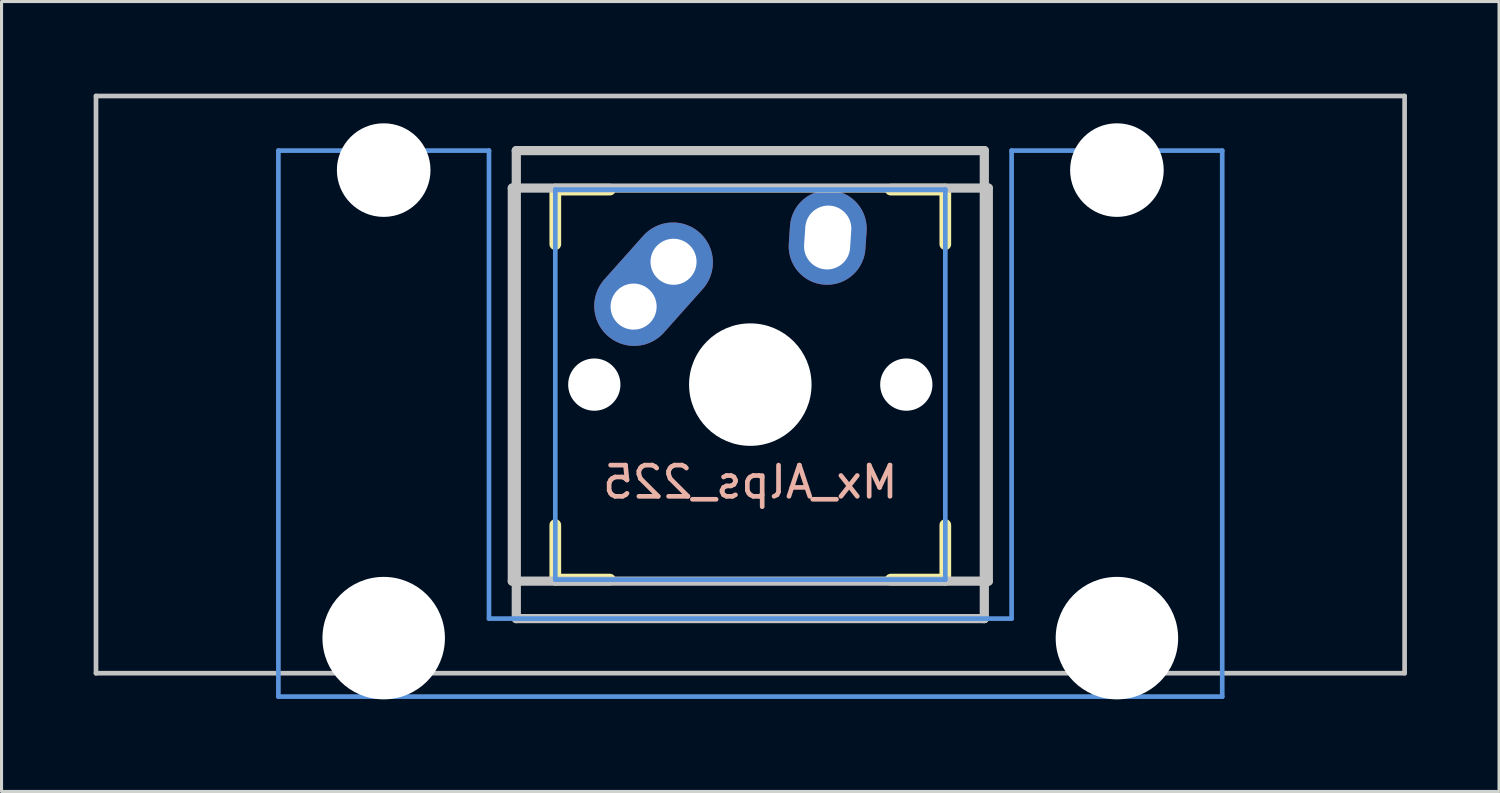
<source format=kicad_pcb>
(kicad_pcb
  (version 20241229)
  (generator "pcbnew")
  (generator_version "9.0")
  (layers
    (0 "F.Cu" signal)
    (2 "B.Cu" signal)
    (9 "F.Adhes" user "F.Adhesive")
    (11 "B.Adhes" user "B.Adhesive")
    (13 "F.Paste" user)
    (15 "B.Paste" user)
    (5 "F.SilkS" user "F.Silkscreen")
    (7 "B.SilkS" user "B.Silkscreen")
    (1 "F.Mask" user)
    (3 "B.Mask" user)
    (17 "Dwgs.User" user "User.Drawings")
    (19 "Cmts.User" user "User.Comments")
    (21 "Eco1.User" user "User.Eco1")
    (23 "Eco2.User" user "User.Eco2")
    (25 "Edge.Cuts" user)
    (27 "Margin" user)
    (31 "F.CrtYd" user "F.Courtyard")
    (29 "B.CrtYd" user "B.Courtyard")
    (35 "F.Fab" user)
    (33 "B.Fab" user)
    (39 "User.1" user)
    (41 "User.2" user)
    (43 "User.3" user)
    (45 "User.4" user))
  (footprint "Mx_Alps_225"
    (layer "F.Cu")
    (at 21.382 9.474)
    (property "Reference" "Mx_Alps_225" (at 0 3.175 0) (layer "B.SilkS") (effects (font (size 1.016 1.016) (thickness 0.152)) (justify mirror)))
    (attr through_hole)
    (fp_line (start -6.35 -6.35) (end -4.572 -6.35) (stroke (width 0.381) (type solid)) (layer "F.SilkS"))
    (fp_line (start -6.35 -4.572) (end -6.35 -6.35) (stroke (width 0.381) (type solid)) (layer "F.SilkS"))
    (fp_line (start -6.35 6.35) (end -6.35 4.572) (stroke (width 0.381) (type solid)) (layer "F.SilkS"))
    (fp_line (start -4.572 6.35) (end -6.35 6.35) (stroke (width 0.381) (type solid)) (layer "F.SilkS"))
    (fp_line (start 4.572 -6.35) (end 6.35 -6.35) (stroke (width 0.381) (type solid)) (layer "F.SilkS"))
    (fp_line (start 6.35 -6.35) (end 6.35 -4.572) (stroke (width 0.381) (type solid)) (layer "F.SilkS"))
    (fp_line (start 6.35 4.572) (end 6.35 6.35) (stroke (width 0.381) (type solid)) (layer "F.SilkS"))
    (fp_line (start 6.35 6.35) (end 4.572 6.35) (stroke (width 0.381) (type solid)) (layer "F.SilkS"))
    (fp_line (start -21.306 -9.398) (end 21.306 -9.398) (stroke (width 0.152) (type solid)) (layer "Dwgs.User"))
    (fp_line (start -21.306 9.398) (end -21.306 -9.398) (stroke (width 0.152) (type solid)) (layer "Dwgs.User"))
    (fp_line (start -7.75 6.4) (end -7.75 -6.4) (stroke (width 0.3) (type solid)) (layer "Dwgs.User"))
    (fp_line (start -7.75 6.4) (end 7.75 6.4) (stroke (width 0.3) (type solid)) (layer "Dwgs.User"))
    (fp_line (start -7.62 -7.62) (end 7.62 -7.62) (stroke (width 0.3) (type solid)) (layer "Dwgs.User"))
    (fp_line (start -7.62 7.62) (end -7.62 -7.62) (stroke (width 0.3) (type solid)) (layer "Dwgs.User"))
    (fp_line (start 7.62 -7.62) (end 7.62 7.62) (stroke (width 0.3) (type solid)) (layer "Dwgs.User"))
    (fp_line (start 7.62 7.62) (end -7.62 7.62) (stroke (width 0.3) (type solid)) (layer "Dwgs.User"))
    (fp_line (start 7.75 -6.4) (end -7.75 -6.4) (stroke (width 0.3) (type solid)) (layer "Dwgs.User"))
    (fp_line (start 7.75 6.4) (end 7.75 -6.4) (stroke (width 0.3) (type solid)) (layer "Dwgs.User"))
    (fp_line (start 21.306 -9.398) (end 21.306 9.398) (stroke (width 0.152) (type solid)) (layer "Dwgs.User"))
    (fp_line (start 21.306 9.398) (end -21.306 9.398) (stroke (width 0.152) (type solid)) (layer "Dwgs.User"))
    (fp_line (start -15.367 -7.62) (end -15.367 10.16) (stroke (width 0.152) (type solid)) (layer "Cmts.User"))
    (fp_line (start -15.367 10.16) (end 15.367 10.16) (stroke (width 0.152) (type solid)) (layer "Cmts.User"))
    (fp_line (start -8.509 -7.62) (end -15.367 -7.62) (stroke (width 0.152) (type solid)) (layer "Cmts.User"))
    (fp_line (start -8.509 7.62) (end -8.509 -7.62) (stroke (width 0.152) (type solid)) (layer "Cmts.User"))
    (fp_line (start -6.35 -6.35) (end 6.35 -6.35) (stroke (width 0.152) (type solid)) (layer "Cmts.User"))
    (fp_line (start -6.35 6.35) (end -6.35 -6.35) (stroke (width 0.152) (type solid)) (layer "Cmts.User"))
    (fp_line (start 6.35 -6.35) (end 6.35 6.35) (stroke (width 0.152) (type solid)) (layer "Cmts.User"))
    (fp_line (start 6.35 6.35) (end -6.35 6.35) (stroke (width 0.152) (type solid)) (layer "Cmts.User"))
    (fp_line (start 8.509 -7.62) (end 8.509 7.62) (stroke (width 0.152) (type solid)) (layer "Cmts.User"))
    (fp_line (start 8.509 7.62) (end -8.509 7.62) (stroke (width 0.152) (type solid)) (layer "Cmts.User"))
    (fp_line (start 15.367 -7.62) (end 8.509 -7.62) (stroke (width 0.152) (type solid)) (layer "Cmts.User"))
    (fp_line (start 15.367 10.16) (end 15.367 -7.62) (stroke (width 0.152) (type solid)) (layer "Cmts.User"))
    (fp_line (start -16.129 -2.286) (end -15.265 -2.286) (stroke (width 0.152) (type solid)) (layer "Eco2.User"))
    (fp_line (start -16.129 0.508) (end -16.129 -2.286) (stroke (width 0.152) (type solid)) (layer "Eco2.User"))
    (fp_line (start -15.265 -5.69) (end -8.611 -5.69) (stroke (width 0.152) (type solid)) (layer "Eco2.User"))
    (fp_line (start -15.265 -2.286) (end -15.265 -5.69) (stroke (width 0.152) (type solid)) (layer "Eco2.User"))
    (fp_line (start -15.265 0.508) (end -16.129 0.508) (stroke (width 0.152) (type solid)) (layer "Eco2.User"))
    (fp_line (start -15.265 6.604) (end -15.265 0.508) (stroke (width 0.152) (type solid)) (layer "Eco2.User"))
    (fp_line (start -14.224 6.604) (end -15.265 6.604) (stroke (width 0.152) (type solid)) (layer "Eco2.User"))
    (fp_line (start -14.224 7.772) (end -14.224 6.604) (stroke (width 0.152) (type solid)) (layer "Eco2.User"))
    (fp_line (start -9.652 6.604) (end -9.652 7.772) (stroke (width 0.152) (type solid)) (layer "Eco2.User"))
    (fp_line (start -9.652 7.772) (end -14.224 7.772) (stroke (width 0.152) (type solid)) (layer "Eco2.User"))
    (fp_line (start -8.611 -5.69) (end -8.611 -4.877) (stroke (width 0.152) (type solid)) (layer "Eco2.User"))
    (fp_line (start -8.611 -4.877) (end -6.985 -4.877) (stroke (width 0.152) (type solid)) (layer "Eco2.User"))
    (fp_line (start -8.611 5.817) (end -8.611 6.604) (stroke (width 0.152) (type solid)) (layer "Eco2.User"))
    (fp_line (start -8.611 6.604) (end -9.652 6.604) (stroke (width 0.152) (type solid)) (layer "Eco2.User"))
    (fp_line (start -6.985 -6.985) (end 6.985 -6.985) (stroke (width 0.152) (type solid)) (layer "Eco2.User"))
    (fp_line (start -6.985 -4.877) (end -6.985 -6.985) (stroke (width 0.152) (type solid)) (layer "Eco2.User"))
    (fp_line (start -6.985 5.817) (end -8.611 5.817) (stroke (width 0.152) (type solid)) (layer "Eco2.User"))
    (fp_line (start -6.985 6.985) (end -6.985 5.817) (stroke (width 0.152) (type solid)) (layer "Eco2.User"))
    (fp_line (start 6.985 -6.985) (end 6.985 -4.877) (stroke (width 0.152) (type solid)) (layer "Eco2.User"))
    (fp_line (start 6.985 -4.877) (end 8.611 -4.877) (stroke (width 0.152) (type solid)) (layer "Eco2.User"))
    (fp_line (start 6.985 5.817) (end 6.985 6.985) (stroke (width 0.152) (type solid)) (layer "Eco2.User"))
    (fp_line (start 6.985 6.985) (end -6.985 6.985) (stroke (width 0.152) (type solid)) (layer "Eco2.User"))
    (fp_line (start 8.611 -5.69) (end 15.265 -5.69) (stroke (width 0.152) (type solid)) (layer "Eco2.User"))
    (fp_line (start 8.611 -4.877) (end 8.611 -5.69) (stroke (width 0.152) (type solid)) (layer "Eco2.User"))
    (fp_line (start 8.611 5.817) (end 6.985 5.817) (stroke (width 0.152) (type solid)) (layer "Eco2.User"))
    (fp_line (start 8.611 6.604) (end 8.611 5.817) (stroke (width 0.152) (type solid)) (layer "Eco2.User"))
    (fp_line (start 9.652 6.604) (end 8.611 6.604) (stroke (width 0.152) (type solid)) (layer "Eco2.User"))
    (fp_line (start 9.652 7.772) (end 9.652 6.604) (stroke (width 0.152) (type solid)) (layer "Eco2.User"))
    (fp_line (start 14.224 6.604) (end 14.224 7.772) (stroke (width 0.152) (type solid)) (layer "Eco2.User"))
    (fp_line (start 14.224 7.772) (end 9.652 7.772) (stroke (width 0.152) (type solid)) (layer "Eco2.User"))
    (fp_line (start 15.265 -5.69) (end 15.265 -2.286) (stroke (width 0.152) (type solid)) (layer "Eco2.User"))
    (fp_line (start 15.265 -2.286) (end 16.129 -2.286) (stroke (width 0.152) (type solid)) (layer "Eco2.User"))
    (fp_line (start 15.265 0.508) (end 15.265 6.604) (stroke (width 0.152) (type solid)) (layer "Eco2.User"))
    (fp_line (start 15.265 6.604) (end 14.224 6.604) (stroke (width 0.152) (type solid)) (layer "Eco2.User"))
    (fp_line (start 16.129 -2.286) (end 16.129 0.508) (stroke (width 0.152) (type solid)) (layer "Eco2.User"))
    (fp_line (start 16.129 0.508) (end 15.265 0.508) (stroke (width 0.152) (type solid)) (layer "Eco2.User"))
    (pad "" np_thru_hole circle (at -11.938 -6.985) (size 3.048 3.048) (drill 3.048) (layers "*.Cu"))
    (pad "" np_thru_hole circle (at -11.938 8.255) (size 3.988 3.988) (drill 3.988) (layers "*.Cu"))
    (pad "" np_thru_hole circle (at -5.08 0) (size 1.702 1.702) (drill 1.702) (layers "*.Cu"))
    (pad "" np_thru_hole circle (at 0 0) (size 3.988 3.988) (drill 3.988) (layers "*.Cu"))
    (pad "" np_thru_hole circle (at 5.08 0) (size 1.702 1.702) (drill 1.702) (layers "*.Cu"))
    (pad "" np_thru_hole circle (at 11.938 -6.985) (size 3.048 3.048) (drill 3.048) (layers "*.Cu"))
    (pad "" np_thru_hole circle (at 11.938 8.255) (size 3.988 3.988) (drill 3.988) (layers "*.Cu"))
    (pad "1" thru_hole circle (at -3.8 -2.54) (size 2.377 2.377) (drill 1.5) (layers "*.Cu" "*.Mask"))
    (pad "1" smd oval (at -3.15 -3.27 48.3) (size 4.5 2.6) (layers "F.Cu" "F.Mask"))
    (pad "1" smd oval (at -3.15 -3.27 48.3) (size 4.5 2.6) (layers "B.Cu" "B.Mask"))
    (pad "1" thru_hole circle (at -2.5 -4) (size 2.377 2.377) (drill 1.5) (layers "*.Cu" "*.Mask"))
    (pad "2" thru_hole oval (at 2.52 -4.79 356.1) (size 2.5 3.08) (drill oval 1.5 2.08) (layers "*.Cu" "*.Mask")))
  (gr_rect
    (start -3 -3)
    (end 45.763 22.723)
    (stroke (width 0.1) (type default))
    (fill no)
    (layer "Edge.Cuts")))
</source>
